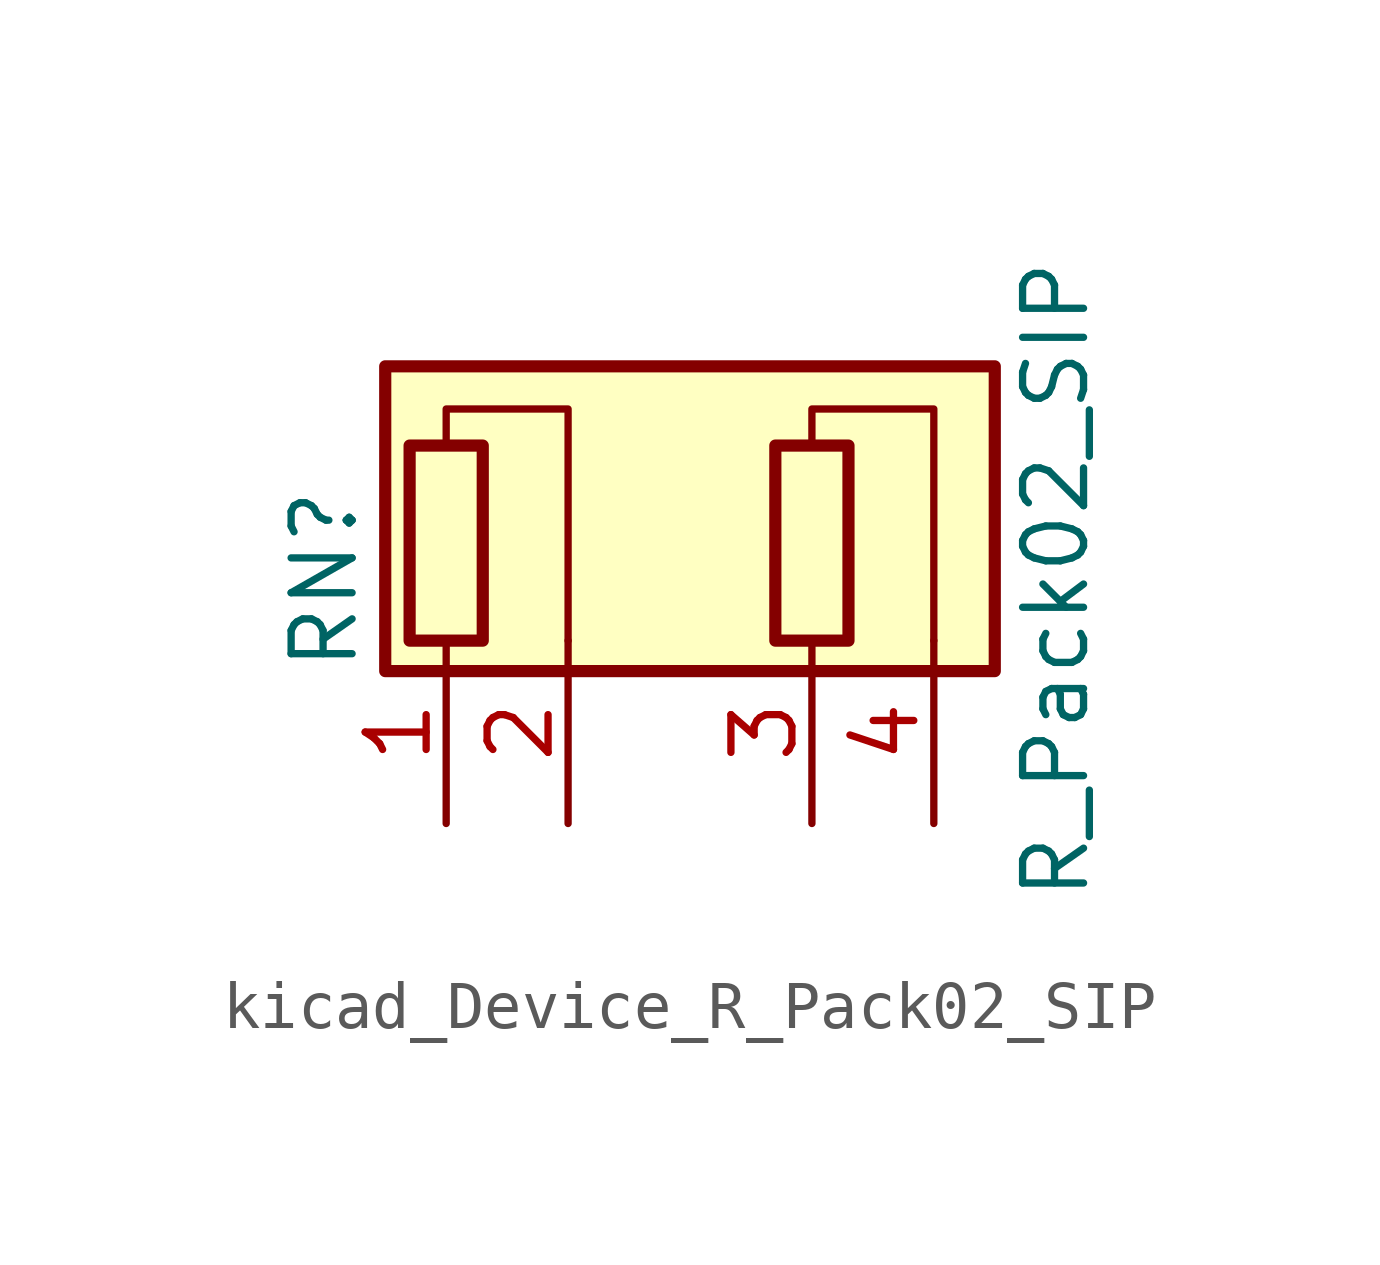
<source format=kicad_sym>
(kicad_symbol_lib
  (version 20220914)
  (generator kicad_symbol_editor)
  (symbol "kicad_Device_R_Pack02_SIP"
    (pin_names
      (offset 0) hide)
    (property "Reference" "RN"
      (at -7.62 0 90)
      (effects (font (size 1.27 1.27))))
    (property "Value" "R_Pack02_SIP"
      (at 7.62 0 90)
      (effects (font (size 1.27 1.27))))
    (symbol "kicad_Device_R_Pack02_SIP_0_1"
      (rectangle (start -6.35 -1.905) (end 6.35 4.445) (stroke (width 0.254) (type default)) (fill (type background)))
      (rectangle (start -5.842 2.794) (end -4.318 -1.27) (stroke (width 0.254) (type default)) (fill (type none)))
      (polyline (pts (xy -5.08 2.794) (xy -5.08 3.556) (xy -2.54 3.556) (xy -2.54 -1.27)) (stroke (width 0) (type default)) (fill (type none)))
      (polyline (pts (xy 2.54 2.794) (xy 2.54 3.556) (xy 5.08 3.556) (xy 5.08 -1.27)) (stroke (width 0) (type default)) (fill (type none)))
      (rectangle (start 1.778 2.794) (end 3.302 -1.27) (stroke (width 0.254) (type default)) (fill (type none))))
    (symbol "kicad_Device_R_Pack02_SIP_1_1"
      (pin passive line (at -5.08 -5.08 90) (length 3.81) (name "R1.1" (effects (font (size 1.27 1.27)))) (number "1" (effects (font (size 1.27 1.27)))))
      (pin passive line (at -2.54 -5.08 90) (length 3.81) (name "R1.2" (effects (font (size 1.27 1.27)))) (number "2" (effects (font (size 1.27 1.27)))))
      (pin passive line (at 2.54 -5.08 90) (length 3.81) (name "R2.1" (effects (font (size 1.27 1.27)))) (number "3" (effects (font (size 1.27 1.27)))))
      (pin passive line (at 5.08 -5.08 90) (length 3.81) (name "R2.2" (effects (font (size 1.27 1.27)))) (number "4" (effects (font (size 1.27 1.27))))))))
</source>
